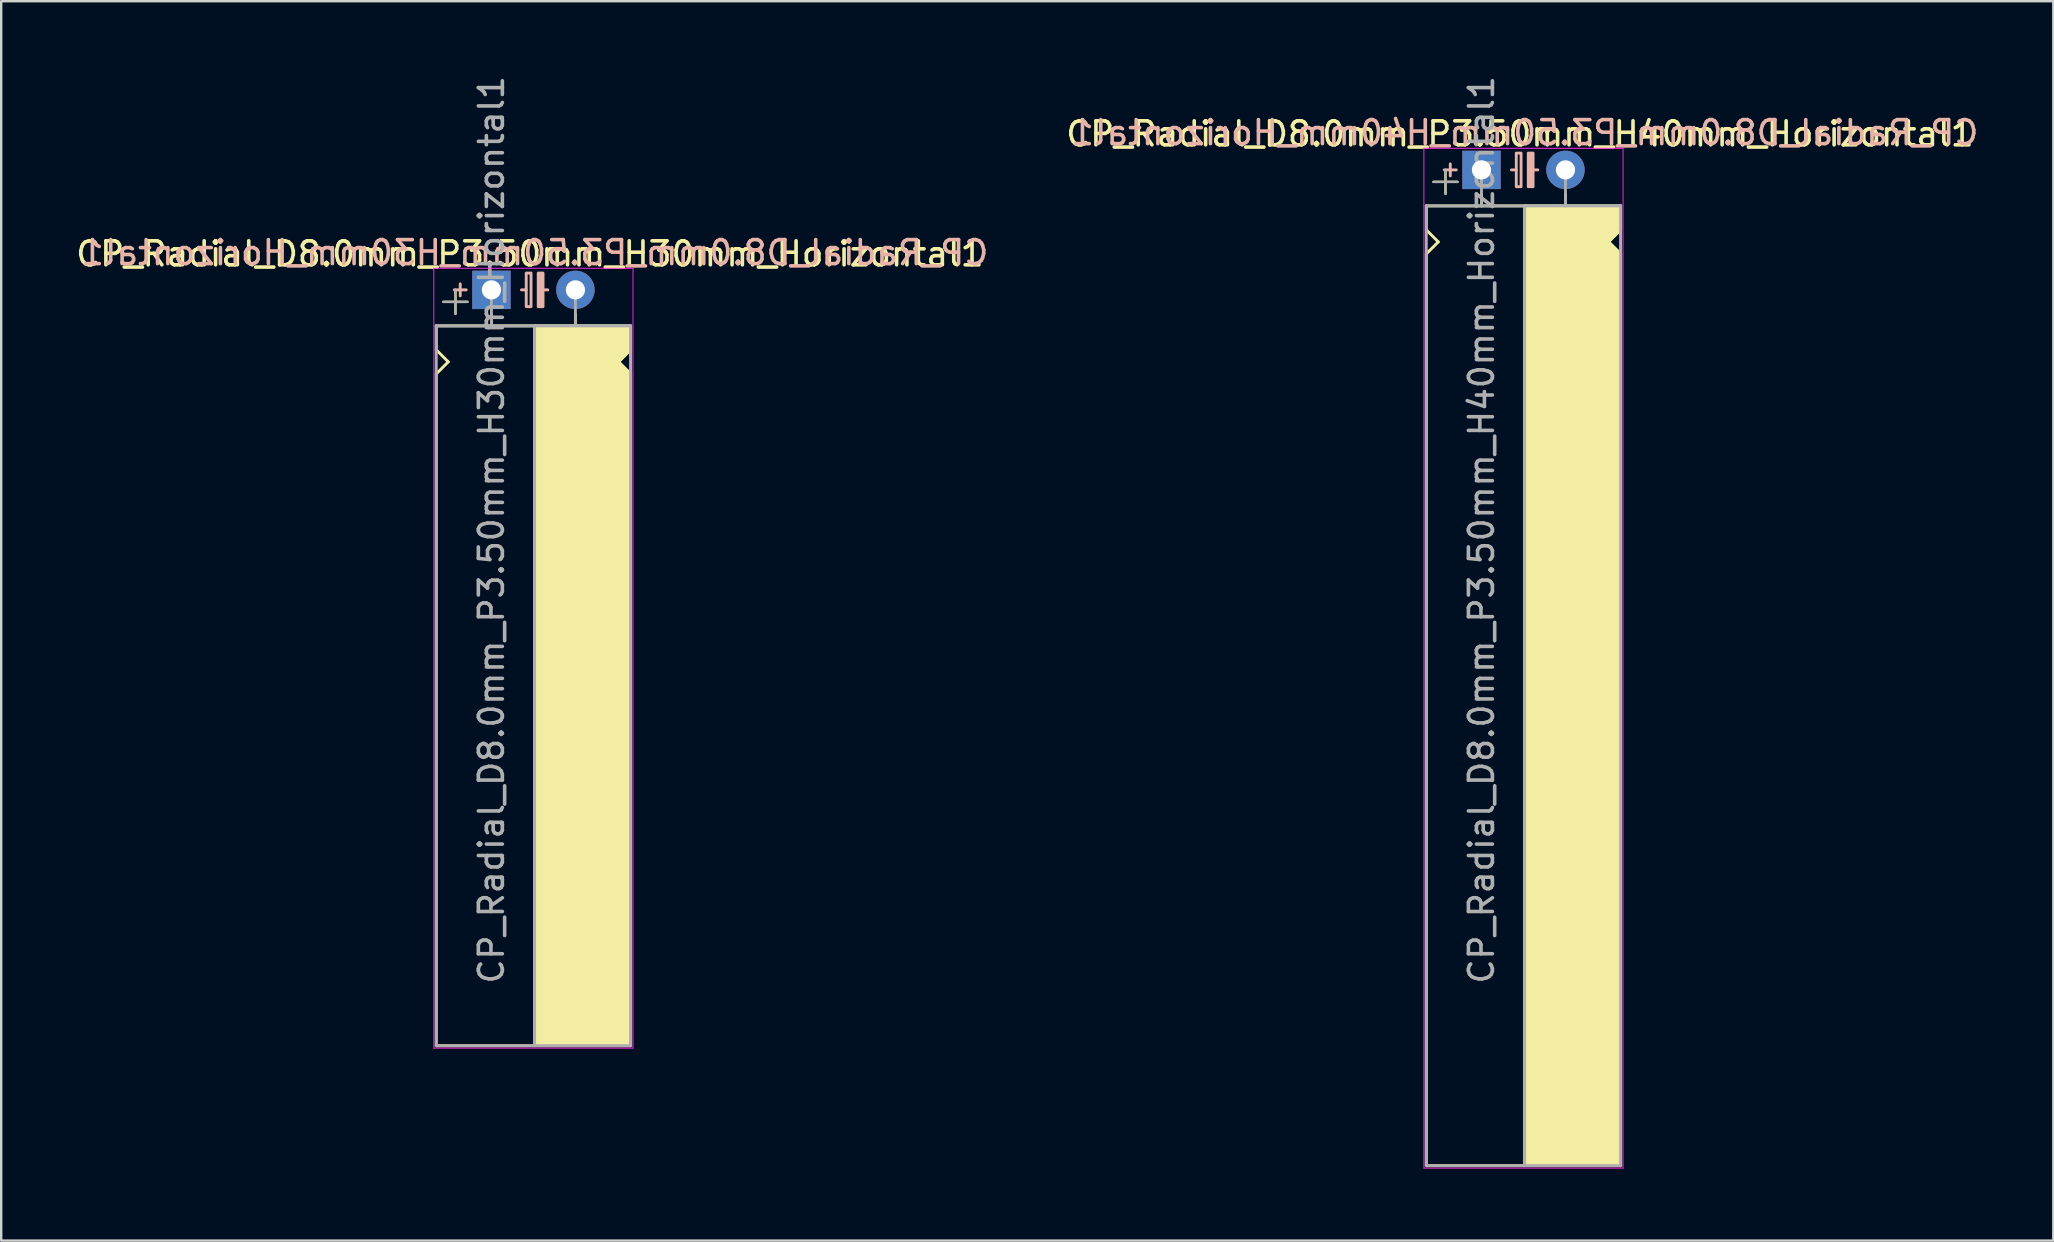
<source format=kicad_pcb>
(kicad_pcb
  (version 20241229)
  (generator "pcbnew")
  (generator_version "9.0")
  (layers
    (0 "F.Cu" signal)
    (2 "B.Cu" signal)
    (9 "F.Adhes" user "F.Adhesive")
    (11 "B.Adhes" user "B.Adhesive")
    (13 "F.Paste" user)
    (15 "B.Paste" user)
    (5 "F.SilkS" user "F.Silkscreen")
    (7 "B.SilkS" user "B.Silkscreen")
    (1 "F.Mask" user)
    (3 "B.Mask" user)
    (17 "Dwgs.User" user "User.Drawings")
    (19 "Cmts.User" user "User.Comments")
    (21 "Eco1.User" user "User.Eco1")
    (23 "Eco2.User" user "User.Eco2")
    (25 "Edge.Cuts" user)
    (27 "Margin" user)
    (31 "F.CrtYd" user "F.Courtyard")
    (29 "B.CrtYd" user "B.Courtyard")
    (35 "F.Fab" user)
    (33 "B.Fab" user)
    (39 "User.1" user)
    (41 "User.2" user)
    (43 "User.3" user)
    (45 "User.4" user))
  (footprint "CP_Radial_D8.0mm_P3.50mm_H40mm_Horizontal1"
    (layer "F.Cu")
    (at 58.689 4.03)
    (property "Reference" "CP_Radial_D8.0mm_P3.50mm_H40mm_Horizontal1" (at 1.6 -1.5 0) (layer "F.SilkS") (effects (font (size 1 1) (thickness 0.15))))
    (fp_line (start -2.3 1.5) (end 5.8 1.5) (stroke (width 0.12) (type solid)) (layer "F.SilkS"))
    (fp_line (start -2.3 2.5) (end -2.3 1.5) (stroke (width 0.12) (type solid)) (layer "F.SilkS"))
    (fp_line (start -2.3 3.5) (end -2.3 41.5) (stroke (width 0.12) (type solid)) (layer "F.SilkS"))
    (fp_line (start -2.3 3.5) (end -1.8 3) (stroke (width 0.12) (type solid)) (layer "F.SilkS"))
    (fp_line (start -2.3 41.5) (end 5.8 41.5) (stroke (width 0.12) (type solid)) (layer "F.SilkS"))
    (fp_line (start -2 0.5) (end -1 0.5) (stroke (width 0.1) (type solid)) (layer "F.SilkS"))
    (fp_line (start -1.8 3) (end -2.3 2.5) (stroke (width 0.12) (type solid)) (layer "F.SilkS"))
    (fp_line (start -1.5 1) (end -1.5 0) (stroke (width 0.1) (type solid)) (layer "F.SilkS"))
    (fp_line (start 0 1) (end 0 1.5) (stroke (width 0.12) (type solid)) (layer "F.SilkS"))
    (fp_line (start 1.8 41.5) (end 1.8 1.5) (stroke (width 0.12) (type solid)) (layer "F.SilkS"))
    (fp_line (start 3.5 1) (end 3.5 1.5) (stroke (width 0.12) (type solid)) (layer "F.SilkS"))
    (fp_line (start 5.3 3) (end 5.8 2.5) (stroke (width 0.12) (type solid)) (layer "F.SilkS"))
    (fp_line (start 5.8 2.5) (end 5.8 1.5) (stroke (width 0.12) (type solid)) (layer "F.SilkS"))
    (fp_line (start 5.8 3.5) (end 5.3 3) (stroke (width 0.12) (type solid)) (layer "F.SilkS"))
    (fp_line (start 5.8 11.5) (end 5.8 3.5) (stroke (width 0.12) (type solid)) (layer "F.SilkS"))
    (fp_line (start 5.8 11.5) (end 5.8 41.5) (stroke (width 0.12) (type solid)) (layer "F.SilkS"))
    (fp_line (start 5.8 21.5) (end 5.7 21.5) (stroke (width 0.12) (type solid)) (layer "F.SilkS"))
    (fp_poly (pts (xy 5.8 2.5) (xy 5.3 3) (xy 5.8 3.5) (xy 5.8 41.5) (xy 1.8 41.5) (xy 1.8 1.5) (xy 5.8 1.5)) (stroke (width 0.1) (type solid)) (fill yes) (layer "F.SilkS"))
    (fp_line (start -1.3 -0.25) (end -1.3 0.25) (stroke (width 0.12) (type solid)) (layer "B.SilkS"))
    (fp_line (start -1.05 0) (end -1.55 0) (stroke (width 0.12) (type solid)) (layer "B.SilkS"))
    (fp_line (start 1.45 0) (end 1.25 0) (stroke (width 0.12) (type solid)) (layer "B.SilkS"))
    (fp_line (start 2.15 0) (end 2.35 0) (stroke (width 0.12) (type solid)) (layer "B.SilkS"))
    (fp_rect (start 1.65 -0.7) (end 1.45 0.7) (stroke (width 0.12) (type solid)) (fill no) (layer "B.SilkS"))
    (fp_rect (start 2.15 -0.7) (end 1.95 0.7) (stroke (width 0.12) (type solid)) (fill yes) (layer "B.SilkS"))
    (fp_line (start -2.4 -0.9) (end 5.9 -0.9) (stroke (width 0.04) (type solid)) (layer "F.CrtYd"))
    (fp_line (start -2.4 1.5) (end -2.4 -0.9) (stroke (width 0.04) (type solid)) (layer "F.CrtYd"))
    (fp_line (start -2.4 41.6) (end -2.4 1.5) (stroke (width 0.04) (type solid)) (layer "F.CrtYd"))
    (fp_line (start 5.9 -0.9) (end 5.9 41.6) (stroke (width 0.04) (type solid)) (layer "F.CrtYd"))
    (fp_line (start 5.9 41.6) (end -2.4 41.6) (stroke (width 0.04) (type solid)) (layer "F.CrtYd"))
    (fp_line (start -2.3 1.5) (end 5.8 1.5) (stroke (width 0.12) (type solid)) (layer "F.Fab"))
    (fp_line (start -2.3 41.5) (end -2.3 1.5) (stroke (width 0.12) (type solid)) (layer "F.Fab"))
    (fp_line (start -2 0.5) (end -1 0.5) (stroke (width 0.1) (type solid)) (layer "F.Fab"))
    (fp_line (start -1.5 1) (end -1.5 0) (stroke (width 0.1) (type solid)) (layer "F.Fab"))
    (fp_line (start 0 1.5) (end 0 0) (stroke (width 0.12) (type solid)) (layer "F.Fab"))
    (fp_line (start 1.8 1.5) (end 1.8 41.5) (stroke (width 0.12) (type solid)) (layer "F.Fab"))
    (fp_line (start 3.5 1.5) (end 3.5 0) (stroke (width 0.12) (type solid)) (layer "F.Fab"))
    (fp_line (start 5.8 1.5) (end 5.8 41.5) (stroke (width 0.12) (type solid)) (layer "F.Fab"))
    (fp_line (start 5.8 41.5) (end -2.3 41.5) (stroke (width 0.12) (type solid)) (layer "F.Fab"))
    (fp_poly (pts (xy 5.8 41.5) (xy 1.8 41.5) (xy 1.8 1.5) (xy 5.8 1.5)) (stroke (width 0.1) (type solid)) (fill no) (layer "F.Fab"))
    (fp_text user "${REFERENCE}" (at 1.8 -1.55 0) (layer "B.SilkS") (effects (font (size 1 1) (thickness 0.15)) (justify mirror)))
    (fp_text user "${REFERENCE}" (at 0 15 90) (layer "F.Fab") (effects (font (size 1 1) (thickness 0.15))))
    (pad "1" thru_hole rect (at 0 0) (size 1.6 1.6) (drill 0.8) (layers "*.Cu" "*.Mask"))
    (pad "2" thru_hole circle (at 3.5 0) (size 1.6 1.6) (drill 0.8) (layers "*.Cu" "*.Mask")))
  (footprint "CP_Radial_D8.0mm_P3.50mm_H30mm_Horizontal1"
    (layer "F.Cu")
    (at 17.43 9.03)
    (property "Reference" "CP_Radial_D8.0mm_P3.50mm_H30mm_Horizontal1" (at 1.6 -1.5 0) (layer "F.SilkS") (effects (font (size 1 1) (thickness 0.15))))
    (fp_line (start -2.3 1.5) (end 5.8 1.5) (stroke (width 0.12) (type solid)) (layer "F.SilkS"))
    (fp_line (start -2.3 2.5) (end -2.3 1.5) (stroke (width 0.12) (type solid)) (layer "F.SilkS"))
    (fp_line (start -2.3 3.5) (end -2.3 31.5) (stroke (width 0.12) (type solid)) (layer "F.SilkS"))
    (fp_line (start -2.3 3.5) (end -1.8 3) (stroke (width 0.12) (type solid)) (layer "F.SilkS"))
    (fp_line (start -2.3 31.5) (end 5.8 31.5) (stroke (width 0.12) (type solid)) (layer "F.SilkS"))
    (fp_line (start -2 0.5) (end -1 0.5) (stroke (width 0.1) (type solid)) (layer "F.SilkS"))
    (fp_line (start -1.8 3) (end -2.3 2.5) (stroke (width 0.12) (type solid)) (layer "F.SilkS"))
    (fp_line (start -1.5 1) (end -1.5 0) (stroke (width 0.1) (type solid)) (layer "F.SilkS"))
    (fp_line (start 0 1) (end 0 1.5) (stroke (width 0.12) (type solid)) (layer "F.SilkS"))
    (fp_line (start 1.8 31.5) (end 1.8 1.5) (stroke (width 0.12) (type solid)) (layer "F.SilkS"))
    (fp_line (start 3.5 1) (end 3.5 1.5) (stroke (width 0.12) (type solid)) (layer "F.SilkS"))
    (fp_line (start 5.3 3) (end 5.8 2.5) (stroke (width 0.12) (type solid)) (layer "F.SilkS"))
    (fp_line (start 5.8 2.5) (end 5.8 1.5) (stroke (width 0.12) (type solid)) (layer "F.SilkS"))
    (fp_line (start 5.8 3.5) (end 5.3 3) (stroke (width 0.12) (type solid)) (layer "F.SilkS"))
    (fp_line (start 5.8 11.5) (end 5.8 3.5) (stroke (width 0.12) (type solid)) (layer "F.SilkS"))
    (fp_line (start 5.8 11.5) (end 5.8 31.5) (stroke (width 0.12) (type solid)) (layer "F.SilkS"))
    (fp_line (start 5.8 21.5) (end 5.7 21.5) (stroke (width 0.12) (type solid)) (layer "F.SilkS"))
    (fp_poly (pts (xy 5.8 2.5) (xy 5.3 3) (xy 5.8 3.5) (xy 5.8 31.5) (xy 1.8 31.5) (xy 1.8 1.5) (xy 5.8 1.5)) (stroke (width 0.1) (type solid)) (fill yes) (layer "F.SilkS"))
    (fp_line (start -1.3 -0.25) (end -1.3 0.25) (stroke (width 0.12) (type solid)) (layer "B.SilkS"))
    (fp_line (start -1.05 0) (end -1.55 0) (stroke (width 0.12) (type solid)) (layer "B.SilkS"))
    (fp_line (start 1.45 0) (end 1.25 0) (stroke (width 0.12) (type solid)) (layer "B.SilkS"))
    (fp_line (start 2.15 0) (end 2.35 0) (stroke (width 0.12) (type solid)) (layer "B.SilkS"))
    (fp_rect (start 1.65 -0.7) (end 1.45 0.7) (stroke (width 0.12) (type solid)) (fill no) (layer "B.SilkS"))
    (fp_rect (start 2.15 -0.7) (end 1.95 0.7) (stroke (width 0.12) (type solid)) (fill yes) (layer "B.SilkS"))
    (fp_line (start -2.4 -0.9) (end 5.9 -0.9) (stroke (width 0.04) (type solid)) (layer "F.CrtYd"))
    (fp_line (start -2.4 1.5) (end -2.4 -0.9) (stroke (width 0.04) (type solid)) (layer "F.CrtYd"))
    (fp_line (start -2.4 31.6) (end -2.4 1.5) (stroke (width 0.04) (type solid)) (layer "F.CrtYd"))
    (fp_line (start 5.9 -0.9) (end 5.9 31.6) (stroke (width 0.04) (type solid)) (layer "F.CrtYd"))
    (fp_line (start 5.9 31.6) (end -2.4 31.6) (stroke (width 0.04) (type solid)) (layer "F.CrtYd"))
    (fp_line (start -2.3 1.5) (end 5.8 1.5) (stroke (width 0.12) (type solid)) (layer "F.Fab"))
    (fp_line (start -2.3 31.5) (end -2.3 1.5) (stroke (width 0.12) (type solid)) (layer "F.Fab"))
    (fp_line (start -2 0.5) (end -1 0.5) (stroke (width 0.1) (type solid)) (layer "F.Fab"))
    (fp_line (start -1.5 1) (end -1.5 0) (stroke (width 0.1) (type solid)) (layer "F.Fab"))
    (fp_line (start 0 1.5) (end 0 0) (stroke (width 0.12) (type solid)) (layer "F.Fab"))
    (fp_line (start 1.8 1.5) (end 1.8 31.5) (stroke (width 0.12) (type solid)) (layer "F.Fab"))
    (fp_line (start 3.5 1.5) (end 3.5 0) (stroke (width 0.12) (type solid)) (layer "F.Fab"))
    (fp_line (start 5.8 1.5) (end 5.8 31.5) (stroke (width 0.12) (type solid)) (layer "F.Fab"))
    (fp_line (start 5.8 31.5) (end -2.3 31.5) (stroke (width 0.12) (type solid)) (layer "F.Fab"))
    (fp_poly (pts (xy 5.8 31.5) (xy 1.8 31.5) (xy 1.8 1.5) (xy 5.8 1.5)) (stroke (width 0.1) (type solid)) (fill no) (layer "F.Fab"))
    (fp_text user "${REFERENCE}" (at 1.8 -1.55 0) (layer "B.SilkS") (effects (font (size 1 1) (thickness 0.15)) (justify mirror)))
    (fp_text user "${REFERENCE}" (at 0 10 90) (layer "F.Fab") (effects (font (size 1 1) (thickness 0.15))))
    (pad "1" thru_hole rect (at 0 0) (size 1.6 1.6) (drill 0.8) (layers "*.Cu" "*.Mask"))
    (pad "2" thru_hole circle (at 3.5 0) (size 1.6 1.6) (drill 0.8) (layers "*.Cu" "*.Mask")))
  (gr_rect
    (start -3 -3)
    (end 82.519 48.65)
    (stroke (width 0.1) (type default))
    (fill no)
    (layer "Edge.Cuts")))
</source>
